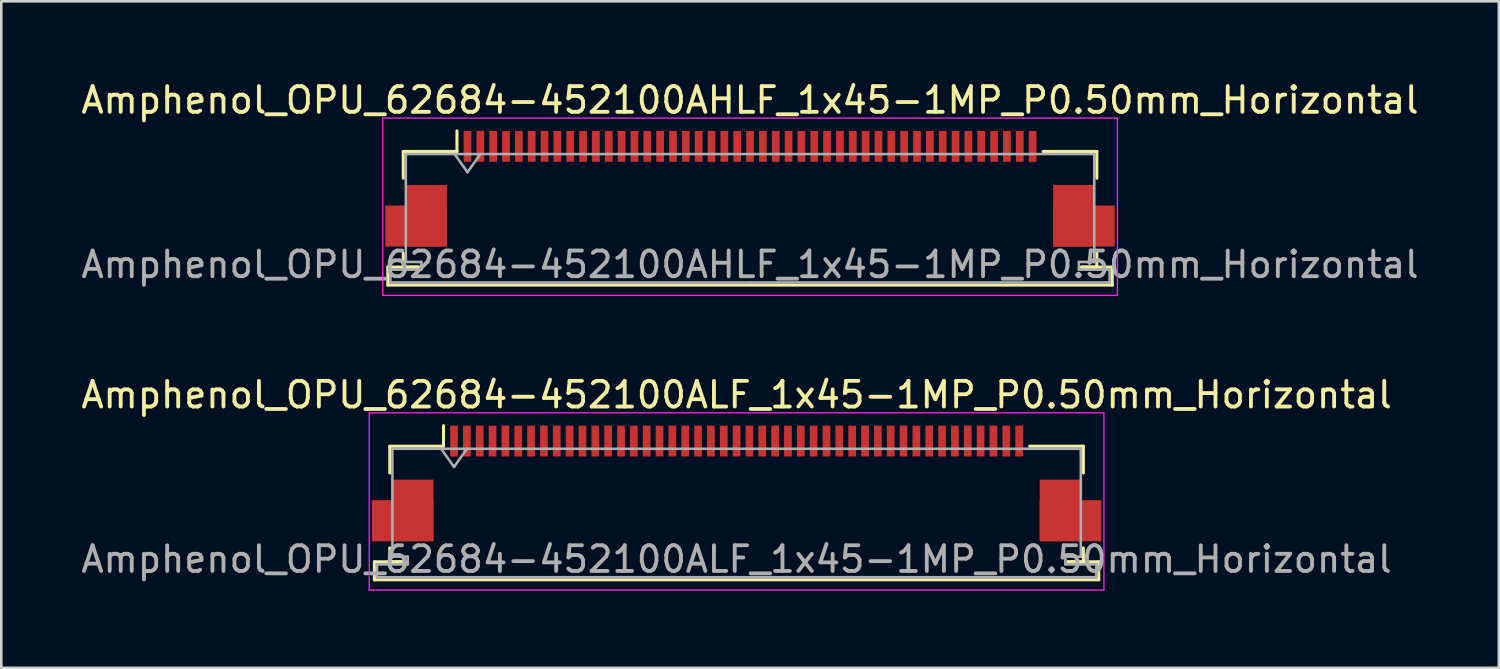
<source format=kicad_pcb>
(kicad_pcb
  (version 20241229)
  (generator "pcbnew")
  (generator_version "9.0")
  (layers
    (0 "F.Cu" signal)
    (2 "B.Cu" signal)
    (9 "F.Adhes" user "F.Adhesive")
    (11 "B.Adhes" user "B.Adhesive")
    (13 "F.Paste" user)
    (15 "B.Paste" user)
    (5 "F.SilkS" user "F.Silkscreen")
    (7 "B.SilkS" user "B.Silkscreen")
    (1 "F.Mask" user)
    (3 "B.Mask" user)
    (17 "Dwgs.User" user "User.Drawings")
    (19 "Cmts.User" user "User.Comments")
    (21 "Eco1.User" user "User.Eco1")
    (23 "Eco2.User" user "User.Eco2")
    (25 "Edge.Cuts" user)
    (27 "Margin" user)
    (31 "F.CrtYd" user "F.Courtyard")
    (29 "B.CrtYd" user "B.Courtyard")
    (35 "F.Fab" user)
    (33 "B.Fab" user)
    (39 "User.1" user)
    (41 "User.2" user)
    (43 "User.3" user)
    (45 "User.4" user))
  (footprint "Amphenol_OPU_62684-452100ALF_1x45-1MP_P0.50mm_Horizontal"
    (layer "F.Cu")
    (at 25.625 15.771)
    (property "Reference" "Amphenol_OPU_62684-452100ALF_1x45-1MP_P0.50mm_Horizontal" (at 0 -3.45 0) (layer "F.SilkS") (effects (font (size 1 1) (thickness 0.15))))
    (attr smd)
    (fp_line (start -14.1 3.05) (end -14.1 3.75) (stroke (width 0.12) (type solid)) (layer "F.SilkS"))
    (fp_line (start -14.1 3.75) (end 14.1 3.75) (stroke (width 0.12) (type solid)) (layer "F.SilkS"))
    (fp_line (start -13.5 -1.45) (end -13.5 -0.41) (stroke (width 0.12) (type solid)) (layer "F.SilkS"))
    (fp_line (start -13.5 2.51) (end -13.5 3.05) (stroke (width 0.12) (type solid)) (layer "F.SilkS"))
    (fp_line (start -13.5 3.05) (end -12.9 3.05) (stroke (width 0.12) (type solid)) (layer "F.SilkS"))
    (fp_line (start -12.9 3.05) (end -14.1 3.05) (stroke (width 0.12) (type solid)) (layer "F.SilkS"))
    (fp_line (start -11.41 -1.45) (end -13.5 -1.45) (stroke (width 0.12) (type solid)) (layer "F.SilkS"))
    (fp_line (start -11.41 -1.45) (end -11.41 -2.25) (stroke (width 0.12) (type solid)) (layer "F.SilkS"))
    (fp_line (start 11.41 -1.45) (end 13.5 -1.45) (stroke (width 0.12) (type solid)) (layer "F.SilkS"))
    (fp_line (start 12.9 3.05) (end 13.5 3.05) (stroke (width 0.12) (type solid)) (layer "F.SilkS"))
    (fp_line (start 13.5 -1.45) (end 13.5 -0.41) (stroke (width 0.12) (type solid)) (layer "F.SilkS"))
    (fp_line (start 13.5 3.05) (end 13.5 2.51) (stroke (width 0.12) (type solid)) (layer "F.SilkS"))
    (fp_line (start 14.1 3.05) (end 12.9 3.05) (stroke (width 0.12) (type solid)) (layer "F.SilkS"))
    (fp_line (start 14.1 3.75) (end 14.1 3.05) (stroke (width 0.12) (type solid)) (layer "F.SilkS"))
    (fp_line (start -14.3 -2.75) (end -14.3 4.15) (stroke (width 0.05) (type solid)) (layer "F.CrtYd"))
    (fp_line (start -14.3 4.15) (end 14.3 4.15) (stroke (width 0.05) (type solid)) (layer "F.CrtYd"))
    (fp_line (start 14.3 -2.75) (end -14.3 -2.75) (stroke (width 0.05) (type solid)) (layer "F.CrtYd"))
    (fp_line (start 14.3 4.15) (end 14.3 -2.75) (stroke (width 0.05) (type solid)) (layer "F.CrtYd"))
    (fp_line (start -14 3.15) (end -14 3.65) (stroke (width 0.1) (type solid)) (layer "F.Fab"))
    (fp_line (start -14 3.65) (end 0 3.65) (stroke (width 0.1) (type solid)) (layer "F.Fab"))
    (fp_line (start -13.4 -1.35) (end -13.4 2.85) (stroke (width 0.1) (type solid)) (layer "F.Fab"))
    (fp_line (start -13.4 2.85) (end -12.8 2.85) (stroke (width 0.1) (type solid)) (layer "F.Fab"))
    (fp_line (start -12.8 2.85) (end -12.8 3.15) (stroke (width 0.1) (type solid)) (layer "F.Fab"))
    (fp_line (start -12.8 3.15) (end -14 3.15) (stroke (width 0.1) (type solid)) (layer "F.Fab"))
    (fp_line (start -11.5 -1.35) (end -11 -0.643) (stroke (width 0.1) (type solid)) (layer "F.Fab"))
    (fp_line (start -11 -0.643) (end -10.5 -1.35) (stroke (width 0.1) (type solid)) (layer "F.Fab"))
    (fp_line (start 0 -1.35) (end -13.4 -1.35) (stroke (width 0.1) (type solid)) (layer "F.Fab"))
    (fp_line (start 0 -1.35) (end 13.4 -1.35) (stroke (width 0.1) (type solid)) (layer "F.Fab"))
    (fp_line (start 12.8 2.85) (end 12.8 3.15) (stroke (width 0.1) (type solid)) (layer "F.Fab"))
    (fp_line (start 12.8 3.15) (end 14 3.15) (stroke (width 0.1) (type solid)) (layer "F.Fab"))
    (fp_line (start 13.4 -1.35) (end 13.4 2.85) (stroke (width 0.1) (type solid)) (layer "F.Fab"))
    (fp_line (start 13.4 2.85) (end 12.8 2.85) (stroke (width 0.1) (type solid)) (layer "F.Fab"))
    (fp_line (start 14 3.15) (end 14 3.65) (stroke (width 0.1) (type solid)) (layer "F.Fab"))
    (fp_line (start 14 3.65) (end 0 3.65) (stroke (width 0.1) (type solid)) (layer "F.Fab"))
    (fp_text user "${REFERENCE}" (at 0 2.95 0) (layer "F.Fab") (effects (font (size 1 1) (thickness 0.15))))
    (pad "1" smd rect (at -11 -1.65) (size 0.3 1.2) (layers "F.Cu" "F.Mask" "F.Paste"))
    (pad "2" smd rect (at -10.5 -1.65) (size 0.3 1.2) (layers "F.Cu" "F.Mask" "F.Paste"))
    (pad "3" smd rect (at -10 -1.65) (size 0.3 1.2) (layers "F.Cu" "F.Mask" "F.Paste"))
    (pad "4" smd rect (at -9.5 -1.65) (size 0.3 1.2) (layers "F.Cu" "F.Mask" "F.Paste"))
    (pad "5" smd rect (at -9 -1.65) (size 0.3 1.2) (layers "F.Cu" "F.Mask" "F.Paste"))
    (pad "6" smd rect (at -8.5 -1.65) (size 0.3 1.2) (layers "F.Cu" "F.Mask" "F.Paste"))
    (pad "7" smd rect (at -8 -1.65) (size 0.3 1.2) (layers "F.Cu" "F.Mask" "F.Paste"))
    (pad "8" smd rect (at -7.5 -1.65) (size 0.3 1.2) (layers "F.Cu" "F.Mask" "F.Paste"))
    (pad "9" smd rect (at -7 -1.65) (size 0.3 1.2) (layers "F.Cu" "F.Mask" "F.Paste"))
    (pad "10" smd rect (at -6.5 -1.65) (size 0.3 1.2) (layers "F.Cu" "F.Mask" "F.Paste"))
    (pad "11" smd rect (at -6 -1.65) (size 0.3 1.2) (layers "F.Cu" "F.Mask" "F.Paste"))
    (pad "12" smd rect (at -5.5 -1.65) (size 0.3 1.2) (layers "F.Cu" "F.Mask" "F.Paste"))
    (pad "13" smd rect (at -5 -1.65) (size 0.3 1.2) (layers "F.Cu" "F.Mask" "F.Paste"))
    (pad "14" smd rect (at -4.5 -1.65) (size 0.3 1.2) (layers "F.Cu" "F.Mask" "F.Paste"))
    (pad "15" smd rect (at -4 -1.65) (size 0.3 1.2) (layers "F.Cu" "F.Mask" "F.Paste"))
    (pad "16" smd rect (at -3.5 -1.65) (size 0.3 1.2) (layers "F.Cu" "F.Mask" "F.Paste"))
    (pad "17" smd rect (at -3 -1.65) (size 0.3 1.2) (layers "F.Cu" "F.Mask" "F.Paste"))
    (pad "18" smd rect (at -2.5 -1.65) (size 0.3 1.2) (layers "F.Cu" "F.Mask" "F.Paste"))
    (pad "19" smd rect (at -2 -1.65) (size 0.3 1.2) (layers "F.Cu" "F.Mask" "F.Paste"))
    (pad "20" smd rect (at -1.5 -1.65) (size 0.3 1.2) (layers "F.Cu" "F.Mask" "F.Paste"))
    (pad "21" smd rect (at -1 -1.65) (size 0.3 1.2) (layers "F.Cu" "F.Mask" "F.Paste"))
    (pad "22" smd rect (at -0.5 -1.65) (size 0.3 1.2) (layers "F.Cu" "F.Mask" "F.Paste"))
    (pad "23" smd rect (at 0 -1.65) (size 0.3 1.2) (layers "F.Cu" "F.Mask" "F.Paste"))
    (pad "24" smd rect (at 0.5 -1.65) (size 0.3 1.2) (layers "F.Cu" "F.Mask" "F.Paste"))
    (pad "25" smd rect (at 1 -1.65) (size 0.3 1.2) (layers "F.Cu" "F.Mask" "F.Paste"))
    (pad "26" smd rect (at 1.5 -1.65) (size 0.3 1.2) (layers "F.Cu" "F.Mask" "F.Paste"))
    (pad "27" smd rect (at 2 -1.65) (size 0.3 1.2) (layers "F.Cu" "F.Mask" "F.Paste"))
    (pad "28" smd rect (at 2.5 -1.65) (size 0.3 1.2) (layers "F.Cu" "F.Mask" "F.Paste"))
    (pad "29" smd rect (at 3 -1.65) (size 0.3 1.2) (layers "F.Cu" "F.Mask" "F.Paste"))
    (pad "30" smd rect (at 3.5 -1.65) (size 0.3 1.2) (layers "F.Cu" "F.Mask" "F.Paste"))
    (pad "31" smd rect (at 4 -1.65) (size 0.3 1.2) (layers "F.Cu" "F.Mask" "F.Paste"))
    (pad "32" smd rect (at 4.5 -1.65) (size 0.3 1.2) (layers "F.Cu" "F.Mask" "F.Paste"))
    (pad "33" smd rect (at 5 -1.65) (size 0.3 1.2) (layers "F.Cu" "F.Mask" "F.Paste"))
    (pad "34" smd rect (at 5.5 -1.65) (size 0.3 1.2) (layers "F.Cu" "F.Mask" "F.Paste"))
    (pad "35" smd rect (at 6 -1.65) (size 0.3 1.2) (layers "F.Cu" "F.Mask" "F.Paste"))
    (pad "36" smd rect (at 6.5 -1.65) (size 0.3 1.2) (layers "F.Cu" "F.Mask" "F.Paste"))
    (pad "37" smd rect (at 7 -1.65) (size 0.3 1.2) (layers "F.Cu" "F.Mask" "F.Paste"))
    (pad "38" smd rect (at 7.5 -1.65) (size 0.3 1.2) (layers "F.Cu" "F.Mask" "F.Paste"))
    (pad "39" smd rect (at 8 -1.65) (size 0.3 1.2) (layers "F.Cu" "F.Mask" "F.Paste"))
    (pad "40" smd rect (at 8.5 -1.65) (size 0.3 1.2) (layers "F.Cu" "F.Mask" "F.Paste"))
    (pad "41" smd rect (at 9 -1.65) (size 0.3 1.2) (layers "F.Cu" "F.Mask" "F.Paste"))
    (pad "42" smd rect (at 9.5 -1.65) (size 0.3 1.2) (layers "F.Cu" "F.Mask" "F.Paste"))
    (pad "43" smd rect (at 10 -1.65) (size 0.3 1.2) (layers "F.Cu" "F.Mask" "F.Paste"))
    (pad "44" smd rect (at 10.5 -1.65) (size 0.3 1.2) (layers "F.Cu" "F.Mask" "F.Paste"))
    (pad "45" smd rect (at 11 -1.65) (size 0.3 1.2) (layers "F.Cu" "F.Mask" "F.Paste"))
    (pad "MP" smd rect (at -13 1.45) (size 2.4 1.6) (layers "F.Cu" "F.Mask" "F.Paste"))
    (pad "MP" smd rect (at -12.6 1.05) (size 1.6 2.4) (layers "F.Cu" "F.Mask" "F.Paste"))
    (pad "MP" smd rect (at 12.6 1.05) (size 1.6 2.4) (layers "F.Cu" "F.Mask" "F.Paste"))
    (pad "MP" smd rect (at 13 1.45) (size 2.4 1.6) (layers "F.Cu" "F.Mask" "F.Paste")))
  (footprint "Amphenol_OPU_62684-452100AHLF_1x45-1MP_P0.50mm_Horizontal"
    (layer "F.Cu")
    (at 26.149 4.298)
    (property "Reference" "Amphenol_OPU_62684-452100AHLF_1x45-1MP_P0.50mm_Horizontal" (at 0 -3.45 0) (layer "F.SilkS") (effects (font (size 1 1) (thickness 0.15))))
    (attr smd)
    (fp_line (start -14.1 3.05) (end -14.1 3.75) (stroke (width 0.12) (type solid)) (layer "F.SilkS"))
    (fp_line (start -14.1 3.75) (end 14.1 3.75) (stroke (width 0.12) (type solid)) (layer "F.SilkS"))
    (fp_line (start -13.5 -1.45) (end -13.5 -0.41) (stroke (width 0.12) (type solid)) (layer "F.SilkS"))
    (fp_line (start -13.5 2.51) (end -13.5 3.05) (stroke (width 0.12) (type solid)) (layer "F.SilkS"))
    (fp_line (start -13.5 3.05) (end -12.9 3.05) (stroke (width 0.12) (type solid)) (layer "F.SilkS"))
    (fp_line (start -12.9 3.05) (end -14.1 3.05) (stroke (width 0.12) (type solid)) (layer "F.SilkS"))
    (fp_line (start -11.41 -1.45) (end -13.5 -1.45) (stroke (width 0.12) (type solid)) (layer "F.SilkS"))
    (fp_line (start -11.41 -1.45) (end -11.41 -2.25) (stroke (width 0.12) (type solid)) (layer "F.SilkS"))
    (fp_line (start 11.41 -1.45) (end 13.5 -1.45) (stroke (width 0.12) (type solid)) (layer "F.SilkS"))
    (fp_line (start 12.9 3.05) (end 13.5 3.05) (stroke (width 0.12) (type solid)) (layer "F.SilkS"))
    (fp_line (start 13.5 -1.45) (end 13.5 -0.41) (stroke (width 0.12) (type solid)) (layer "F.SilkS"))
    (fp_line (start 13.5 3.05) (end 13.5 2.51) (stroke (width 0.12) (type solid)) (layer "F.SilkS"))
    (fp_line (start 14.1 3.05) (end 12.9 3.05) (stroke (width 0.12) (type solid)) (layer "F.SilkS"))
    (fp_line (start 14.1 3.75) (end 14.1 3.05) (stroke (width 0.12) (type solid)) (layer "F.SilkS"))
    (fp_line (start -14.3 -2.75) (end -14.3 4.15) (stroke (width 0.05) (type solid)) (layer "F.CrtYd"))
    (fp_line (start -14.3 4.15) (end 14.3 4.15) (stroke (width 0.05) (type solid)) (layer "F.CrtYd"))
    (fp_line (start 14.3 -2.75) (end -14.3 -2.75) (stroke (width 0.05) (type solid)) (layer "F.CrtYd"))
    (fp_line (start 14.3 4.15) (end 14.3 -2.75) (stroke (width 0.05) (type solid)) (layer "F.CrtYd"))
    (fp_line (start -14 3.15) (end -14 3.65) (stroke (width 0.1) (type solid)) (layer "F.Fab"))
    (fp_line (start -14 3.65) (end 0 3.65) (stroke (width 0.1) (type solid)) (layer "F.Fab"))
    (fp_line (start -13.4 -1.35) (end -13.4 2.85) (stroke (width 0.1) (type solid)) (layer "F.Fab"))
    (fp_line (start -13.4 2.85) (end -12.8 2.85) (stroke (width 0.1) (type solid)) (layer "F.Fab"))
    (fp_line (start -12.8 2.85) (end -12.8 3.15) (stroke (width 0.1) (type solid)) (layer "F.Fab"))
    (fp_line (start -12.8 3.15) (end -14 3.15) (stroke (width 0.1) (type solid)) (layer "F.Fab"))
    (fp_line (start -11.5 -1.35) (end -11 -0.643) (stroke (width 0.1) (type solid)) (layer "F.Fab"))
    (fp_line (start -11 -0.643) (end -10.5 -1.35) (stroke (width 0.1) (type solid)) (layer "F.Fab"))
    (fp_line (start 0 -1.35) (end -13.4 -1.35) (stroke (width 0.1) (type solid)) (layer "F.Fab"))
    (fp_line (start 0 -1.35) (end 13.4 -1.35) (stroke (width 0.1) (type solid)) (layer "F.Fab"))
    (fp_line (start 12.8 2.85) (end 12.8 3.15) (stroke (width 0.1) (type solid)) (layer "F.Fab"))
    (fp_line (start 12.8 3.15) (end 14 3.15) (stroke (width 0.1) (type solid)) (layer "F.Fab"))
    (fp_line (start 13.4 -1.35) (end 13.4 2.85) (stroke (width 0.1) (type solid)) (layer "F.Fab"))
    (fp_line (start 13.4 2.85) (end 12.8 2.85) (stroke (width 0.1) (type solid)) (layer "F.Fab"))
    (fp_line (start 14 3.15) (end 14 3.65) (stroke (width 0.1) (type solid)) (layer "F.Fab"))
    (fp_line (start 14 3.65) (end 0 3.65) (stroke (width 0.1) (type solid)) (layer "F.Fab"))
    (fp_text user "${REFERENCE}" (at 0 2.95 0) (layer "F.Fab") (effects (font (size 1 1) (thickness 0.15))))
    (pad "1" smd rect (at -11 -1.65) (size 0.3 1.2) (layers "F.Cu" "F.Mask" "F.Paste"))
    (pad "2" smd rect (at -10.5 -1.65) (size 0.3 1.2) (layers "F.Cu" "F.Mask" "F.Paste"))
    (pad "3" smd rect (at -10 -1.65) (size 0.3 1.2) (layers "F.Cu" "F.Mask" "F.Paste"))
    (pad "4" smd rect (at -9.5 -1.65) (size 0.3 1.2) (layers "F.Cu" "F.Mask" "F.Paste"))
    (pad "5" smd rect (at -9 -1.65) (size 0.3 1.2) (layers "F.Cu" "F.Mask" "F.Paste"))
    (pad "6" smd rect (at -8.5 -1.65) (size 0.3 1.2) (layers "F.Cu" "F.Mask" "F.Paste"))
    (pad "7" smd rect (at -8 -1.65) (size 0.3 1.2) (layers "F.Cu" "F.Mask" "F.Paste"))
    (pad "8" smd rect (at -7.5 -1.65) (size 0.3 1.2) (layers "F.Cu" "F.Mask" "F.Paste"))
    (pad "9" smd rect (at -7 -1.65) (size 0.3 1.2) (layers "F.Cu" "F.Mask" "F.Paste"))
    (pad "10" smd rect (at -6.5 -1.65) (size 0.3 1.2) (layers "F.Cu" "F.Mask" "F.Paste"))
    (pad "11" smd rect (at -6 -1.65) (size 0.3 1.2) (layers "F.Cu" "F.Mask" "F.Paste"))
    (pad "12" smd rect (at -5.5 -1.65) (size 0.3 1.2) (layers "F.Cu" "F.Mask" "F.Paste"))
    (pad "13" smd rect (at -5 -1.65) (size 0.3 1.2) (layers "F.Cu" "F.Mask" "F.Paste"))
    (pad "14" smd rect (at -4.5 -1.65) (size 0.3 1.2) (layers "F.Cu" "F.Mask" "F.Paste"))
    (pad "15" smd rect (at -4 -1.65) (size 0.3 1.2) (layers "F.Cu" "F.Mask" "F.Paste"))
    (pad "16" smd rect (at -3.5 -1.65) (size 0.3 1.2) (layers "F.Cu" "F.Mask" "F.Paste"))
    (pad "17" smd rect (at -3 -1.65) (size 0.3 1.2) (layers "F.Cu" "F.Mask" "F.Paste"))
    (pad "18" smd rect (at -2.5 -1.65) (size 0.3 1.2) (layers "F.Cu" "F.Mask" "F.Paste"))
    (pad "19" smd rect (at -2 -1.65) (size 0.3 1.2) (layers "F.Cu" "F.Mask" "F.Paste"))
    (pad "20" smd rect (at -1.5 -1.65) (size 0.3 1.2) (layers "F.Cu" "F.Mask" "F.Paste"))
    (pad "21" smd rect (at -1 -1.65) (size 0.3 1.2) (layers "F.Cu" "F.Mask" "F.Paste"))
    (pad "22" smd rect (at -0.5 -1.65) (size 0.3 1.2) (layers "F.Cu" "F.Mask" "F.Paste"))
    (pad "23" smd rect (at 0 -1.65) (size 0.3 1.2) (layers "F.Cu" "F.Mask" "F.Paste"))
    (pad "24" smd rect (at 0.5 -1.65) (size 0.3 1.2) (layers "F.Cu" "F.Mask" "F.Paste"))
    (pad "25" smd rect (at 1 -1.65) (size 0.3 1.2) (layers "F.Cu" "F.Mask" "F.Paste"))
    (pad "26" smd rect (at 1.5 -1.65) (size 0.3 1.2) (layers "F.Cu" "F.Mask" "F.Paste"))
    (pad "27" smd rect (at 2 -1.65) (size 0.3 1.2) (layers "F.Cu" "F.Mask" "F.Paste"))
    (pad "28" smd rect (at 2.5 -1.65) (size 0.3 1.2) (layers "F.Cu" "F.Mask" "F.Paste"))
    (pad "29" smd rect (at 3 -1.65) (size 0.3 1.2) (layers "F.Cu" "F.Mask" "F.Paste"))
    (pad "30" smd rect (at 3.5 -1.65) (size 0.3 1.2) (layers "F.Cu" "F.Mask" "F.Paste"))
    (pad "31" smd rect (at 4 -1.65) (size 0.3 1.2) (layers "F.Cu" "F.Mask" "F.Paste"))
    (pad "32" smd rect (at 4.5 -1.65) (size 0.3 1.2) (layers "F.Cu" "F.Mask" "F.Paste"))
    (pad "33" smd rect (at 5 -1.65) (size 0.3 1.2) (layers "F.Cu" "F.Mask" "F.Paste"))
    (pad "34" smd rect (at 5.5 -1.65) (size 0.3 1.2) (layers "F.Cu" "F.Mask" "F.Paste"))
    (pad "35" smd rect (at 6 -1.65) (size 0.3 1.2) (layers "F.Cu" "F.Mask" "F.Paste"))
    (pad "36" smd rect (at 6.5 -1.65) (size 0.3 1.2) (layers "F.Cu" "F.Mask" "F.Paste"))
    (pad "37" smd rect (at 7 -1.65) (size 0.3 1.2) (layers "F.Cu" "F.Mask" "F.Paste"))
    (pad "38" smd rect (at 7.5 -1.65) (size 0.3 1.2) (layers "F.Cu" "F.Mask" "F.Paste"))
    (pad "39" smd rect (at 8 -1.65) (size 0.3 1.2) (layers "F.Cu" "F.Mask" "F.Paste"))
    (pad "40" smd rect (at 8.5 -1.65) (size 0.3 1.2) (layers "F.Cu" "F.Mask" "F.Paste"))
    (pad "41" smd rect (at 9 -1.65) (size 0.3 1.2) (layers "F.Cu" "F.Mask" "F.Paste"))
    (pad "42" smd rect (at 9.5 -1.65) (size 0.3 1.2) (layers "F.Cu" "F.Mask" "F.Paste"))
    (pad "43" smd rect (at 10 -1.65) (size 0.3 1.2) (layers "F.Cu" "F.Mask" "F.Paste"))
    (pad "44" smd rect (at 10.5 -1.65) (size 0.3 1.2) (layers "F.Cu" "F.Mask" "F.Paste"))
    (pad "45" smd rect (at 11 -1.65) (size 0.3 1.2) (layers "F.Cu" "F.Mask" "F.Paste"))
    (pad "MP" smd rect (at -13 1.45) (size 2.4 1.6) (layers "F.Cu" "F.Mask" "F.Paste"))
    (pad "MP" smd rect (at -12.6 1.05) (size 1.6 2.4) (layers "F.Cu" "F.Mask" "F.Paste"))
    (pad "MP" smd rect (at 12.6 1.05) (size 1.6 2.4) (layers "F.Cu" "F.Mask" "F.Paste"))
    (pad "MP" smd rect (at 13 1.45) (size 2.4 1.6) (layers "F.Cu" "F.Mask" "F.Paste")))
  (gr_rect
    (start -3 -3)
    (end 55.298 22.947)
    (stroke (width 0.1) (type default))
    (fill no)
    (layer "Edge.Cuts")))
</source>
